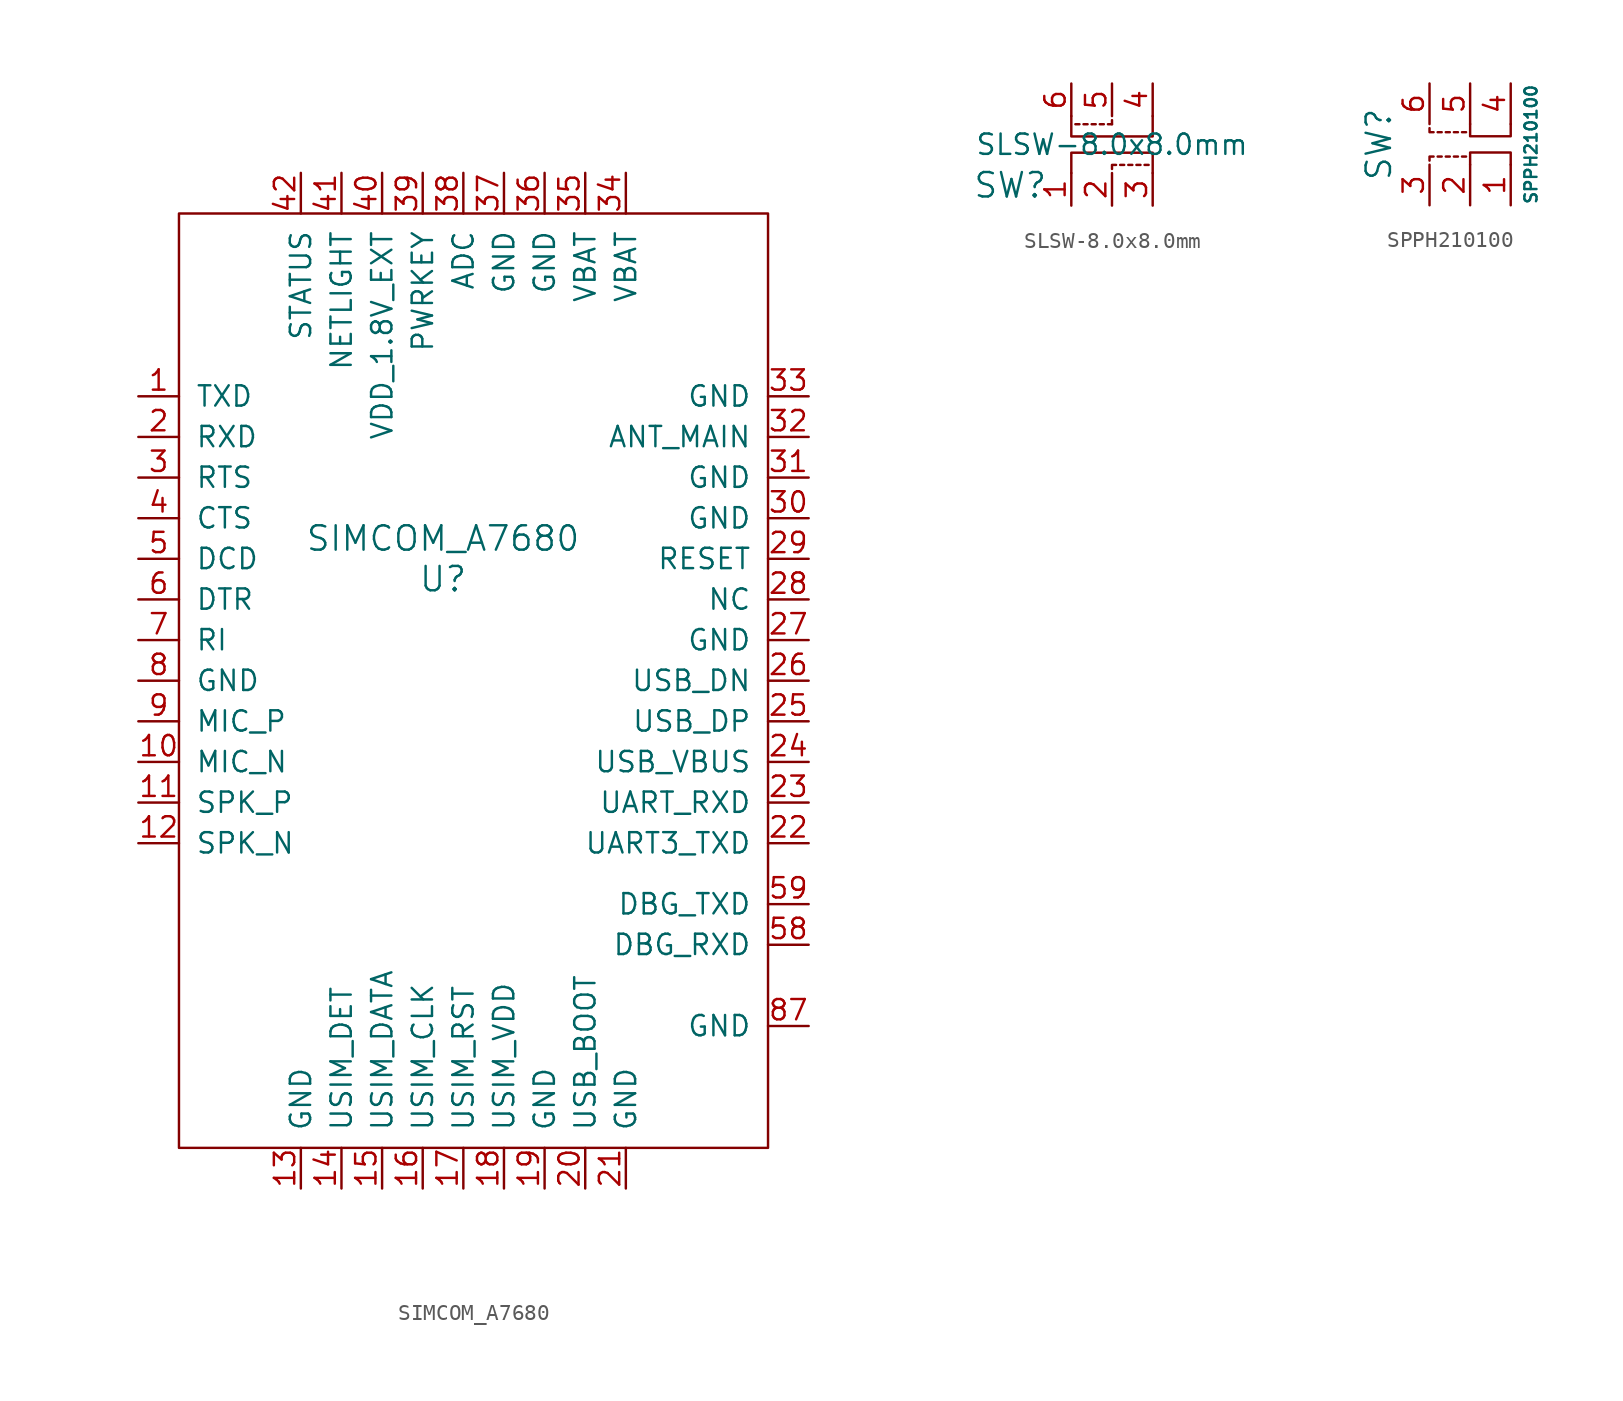
<source format=kicad_sym>
(kicad_symbol_lib
  (version 20220914)
  (generator kicad_symbol_editor)
  (symbol "SIMCOM_A7680"
    (pin_names
      (offset 1.016))
    (property "Reference" "U"
      (at 16.51 -22.86 0)
      (effects (font (size 1.524 1.524))))
    (property "Value" "SIMCOM_A7680"
      (at 16.51 -20.32 0)
      (effects (font (size 1.524 1.524))))
    (symbol "SIMCOM_A7680_0_1"
      (rectangle (start 0 0) (end 36.83 -58.42) (stroke (width 0) (type default)) (fill (type none))))
    (symbol "SIMCOM_A7680_1_1"
      (pin input line (at -2.54 -11.43 0) (length 2.54) (name "TXD" (effects (font (size 1.27 1.27)))) (number "1" (effects (font (size 1.27 1.27)))))
      (pin bidirectional line (at -2.54 -34.29 0) (length 2.54) (name "MIC_N" (effects (font (size 1.27 1.27)))) (number "10" (effects (font (size 1.27 1.27)))))
      (pin bidirectional line (at -2.54 -36.83 0) (length 2.54) (name "SPK_P" (effects (font (size 1.27 1.27)))) (number "11" (effects (font (size 1.27 1.27)))))
      (pin bidirectional line (at -2.54 -39.37 0) (length 2.54) (name "SPK_N" (effects (font (size 1.27 1.27)))) (number "12" (effects (font (size 1.27 1.27)))))
      (pin bidirectional line (at 7.62 -60.96 90) (length 2.54) (name "GND" (effects (font (size 1.27 1.27)))) (number "13" (effects (font (size 1.27 1.27)))))
      (pin bidirectional line (at 10.16 -60.96 90) (length 2.54) (name "USIM_DET" (effects (font (size 1.27 1.27)))) (number "14" (effects (font (size 1.27 1.27)))))
      (pin power_out line (at 12.7 -60.96 90) (length 2.54) (name "USIM_DATA" (effects (font (size 1.27 1.27)))) (number "15" (effects (font (size 1.27 1.27)))))
      (pin input line (at 15.24 -60.96 90) (length 2.54) (name "USIM_CLK" (effects (font (size 1.27 1.27)))) (number "16" (effects (font (size 1.27 1.27)))))
      (pin power_in line (at 17.78 -60.96 90) (length 2.54) (name "USIM_RST" (effects (font (size 1.27 1.27)))) (number "17" (effects (font (size 1.27 1.27)))))
      (pin power_in line (at 20.32 -60.96 90) (length 2.54) (name "USIM_VDD" (effects (font (size 1.27 1.27)))) (number "18" (effects (font (size 1.27 1.27)))))
      (pin bidirectional line (at 22.86 -60.96 90) (length 2.54) (name "GND" (effects (font (size 1.27 1.27)))) (number "19" (effects (font (size 1.27 1.27)))))
      (pin power_in line (at -2.54 -13.97 0) (length 2.54) (name "RXD" (effects (font (size 1.27 1.27)))) (number "2" (effects (font (size 1.27 1.27)))))
      (pin bidirectional line (at 25.4 -60.96 90) (length 2.54) (name "USB_BOOT" (effects (font (size 1.27 1.27)))) (number "20" (effects (font (size 1.27 1.27)))))
      (pin bidirectional line (at 27.94 -60.96 90) (length 2.54) (name "GND" (effects (font (size 1.27 1.27)))) (number "21" (effects (font (size 1.27 1.27)))))
      (pin bidirectional line (at 39.37 -39.37 180) (length 2.54) (name "UART3_TXD" (effects (font (size 1.27 1.27)))) (number "22" (effects (font (size 1.27 1.27)))))
      (pin bidirectional line (at 39.37 -36.83 180) (length 2.54) (name "UART_RXD" (effects (font (size 1.27 1.27)))) (number "23" (effects (font (size 1.27 1.27)))))
      (pin input line (at 39.37 -34.29 180) (length 2.54) (name "USB_VBUS" (effects (font (size 1.27 1.27)))) (number "24" (effects (font (size 1.27 1.27)))))
      (pin passive line (at 39.37 -31.75 180) (length 2.54) (name "USB_DP" (effects (font (size 1.27 1.27)))) (number "25" (effects (font (size 1.27 1.27)))))
      (pin bidirectional line (at 39.37 -29.21 180) (length 2.54) (name "USB_DN" (effects (font (size 1.27 1.27)))) (number "26" (effects (font (size 1.27 1.27)))))
      (pin bidirectional line (at 39.37 -26.67 180) (length 2.54) (name "GND" (effects (font (size 1.27 1.27)))) (number "27" (effects (font (size 1.27 1.27)))))
      (pin bidirectional line (at 39.37 -24.13 180) (length 2.54) (name "NC" (effects (font (size 1.27 1.27)))) (number "28" (effects (font (size 1.27 1.27)))))
      (pin power_in line (at 39.37 -21.59 180) (length 2.54) (name "RESET" (effects (font (size 1.27 1.27)))) (number "29" (effects (font (size 1.27 1.27)))))
      (pin bidirectional line (at -2.54 -16.51 0) (length 2.54) (name "RTS" (effects (font (size 1.27 1.27)))) (number "3" (effects (font (size 1.27 1.27)))))
      (pin power_out line (at 39.37 -19.05 180) (length 2.54) (name "GND" (effects (font (size 1.27 1.27)))) (number "30" (effects (font (size 1.27 1.27)))))
      (pin bidirectional line (at 39.37 -16.51 180) (length 2.54) (name "GND" (effects (font (size 1.27 1.27)))) (number "31" (effects (font (size 1.27 1.27)))))
      (pin bidirectional line (at 39.37 -13.97 180) (length 2.54) (name "ANT_MAIN" (effects (font (size 1.27 1.27)))) (number "32" (effects (font (size 1.27 1.27)))))
      (pin bidirectional line (at 39.37 -11.43 180) (length 2.54) (name "GND" (effects (font (size 1.27 1.27)))) (number "33" (effects (font (size 1.27 1.27)))))
      (pin bidirectional line (at 27.94 2.54 270) (length 2.54) (name "VBAT" (effects (font (size 1.27 1.27)))) (number "34" (effects (font (size 1.27 1.27)))))
      (pin bidirectional line (at 25.4 2.54 270) (length 2.54) (name "VBAT" (effects (font (size 1.27 1.27)))) (number "35" (effects (font (size 1.27 1.27)))))
      (pin bidirectional line (at 22.86 2.54 270) (length 2.54) (name "GND" (effects (font (size 1.27 1.27)))) (number "36" (effects (font (size 1.27 1.27)))))
      (pin bidirectional line (at 20.32 2.54 270) (length 2.54) (name "GND" (effects (font (size 1.27 1.27)))) (number "37" (effects (font (size 1.27 1.27)))))
      (pin bidirectional line (at 17.78 2.54 270) (length 2.54) (name "ADC" (effects (font (size 1.27 1.27)))) (number "38" (effects (font (size 1.27 1.27)))))
      (pin power_in line (at 15.24 2.54 270) (length 2.54) (name "PWRKEY" (effects (font (size 1.27 1.27)))) (number "39" (effects (font (size 1.27 1.27)))))
      (pin bidirectional line (at -2.54 -19.05 0) (length 2.54) (name "CTS" (effects (font (size 1.27 1.27)))) (number "4" (effects (font (size 1.27 1.27)))))
      (pin passive line (at 12.7 2.54 270) (length 2.54) (name "VDD_1.8V_EXT" (effects (font (size 1.27 1.27)))) (number "40" (effects (font (size 1.27 1.27)))))
      (pin passive line (at 10.16 2.54 270) (length 2.54) (name "NETLIGHT" (effects (font (size 1.27 1.27)))) (number "41" (effects (font (size 1.27 1.27)))))
      (pin passive line (at 7.62 2.54 270) (length 2.54) (name "STATUS" (effects (font (size 1.27 1.27)))) (number "42" (effects (font (size 1.27 1.27)))))
      (pin bidirectional line (at -2.54 -21.59 0) (length 2.54) (name "DCD" (effects (font (size 1.27 1.27)))) (number "5" (effects (font (size 1.27 1.27)))))
      (pin input line (at 39.37 -45.72 180) (length 2.54) (name "DBG_RXD" (effects (font (size 1.27 1.27)))) (number "58" (effects (font (size 1.27 1.27)))))
      (pin output line (at 39.37 -43.18 180) (length 2.54) (name "DBG_TXD" (effects (font (size 1.27 1.27)))) (number "59" (effects (font (size 1.27 1.27)))))
      (pin input line (at -2.54 -24.13 0) (length 2.54) (name "DTR" (effects (font (size 1.27 1.27)))) (number "6" (effects (font (size 1.27 1.27)))))
      (pin bidirectional line (at -2.54 -26.67 0) (length 2.54) (name "RI" (effects (font (size 1.27 1.27)))) (number "7" (effects (font (size 1.27 1.27)))))
      (pin bidirectional line (at -2.54 -29.21 0) (length 2.54) (name "GND" (effects (font (size 1.27 1.27)))) (number "8" (effects (font (size 1.27 1.27)))))
      (pin passive line (at 39.37 -50.8 180) (length 2.54) (name "GND" (effects (font (size 1.27 1.27)))) (number "87" (effects (font (size 1.27 1.27)))))
      (pin bidirectional line (at -2.54 -31.75 0) (length 2.54) (name "MIC_P" (effects (font (size 1.27 1.27)))) (number "9" (effects (font (size 1.27 1.27)))))))
  (symbol "SLSW-8.0x8.0mm"
    (pin_names
      (offset 1.016))
    (property "Reference" "SW"
      (at -6.35 -2.54 0)
      (effects (font (size 1.524 1.524))))
    (property "Value" "SLSW-8.0x8.0mm"
      (at 0 0 0)
      (effects (font (size 1.27 1.27))))
    (property "Footprint" ""
      (at 0 0 0)
      (effects (font (size 2.54 2.54))))
    (property "Datasheet" ""
      (at 0 0 0)
      (effects (font (size 2.54 2.54))))
    (symbol "SLSW-8.0x8.0mm_0_1"
      (polyline (pts (xy -2.032 1.27) (xy -2.286 1.27)) (stroke (width 0) (type default)) (fill (type none)))
      (polyline (pts (xy -1.524 1.27) (xy -1.778 1.27)) (stroke (width 0) (type default)) (fill (type none)))
      (polyline (pts (xy -1.016 1.27) (xy -1.27 1.27)) (stroke (width 0) (type default)) (fill (type none)))
      (polyline (pts (xy -0.508 1.27) (xy -0.762 1.27)) (stroke (width 0) (type default)) (fill (type none)))
      (polyline (pts (xy 0 1.27) (xy -0.254 1.27)) (stroke (width 0) (type default)) (fill (type none)))
      (polyline (pts (xy 0 1.524) (xy 0 1.27)) (stroke (width 0) (type default)) (fill (type none)))
      (polyline (pts (xy 0.508 -1.27) (xy 0.762 -1.27)) (stroke (width 0) (type default)) (fill (type none)))
      (polyline (pts (xy 1.016 -1.27) (xy 1.27 -1.27)) (stroke (width 0) (type default)) (fill (type none)))
      (polyline (pts (xy 1.524 -1.27) (xy 1.778 -1.27)) (stroke (width 0) (type default)) (fill (type none)))
      (polyline (pts (xy 2.032 -1.27) (xy 2.286 -1.27)) (stroke (width 0) (type default)) (fill (type none)))
      (polyline (pts (xy 0 -1.524) (xy 0 -1.27) (xy 0.254 -1.27)) (stroke (width 0) (type default)) (fill (type none)))
      (polyline (pts (xy -2.54 1.778) (xy -2.54 0.508) (xy 2.54 0.508) (xy 2.54 1.778)) (stroke (width 0) (type default)) (fill (type none)))
      (polyline (pts (xy 2.54 -1.778) (xy 2.54 -0.508) (xy -2.54 -0.508) (xy -2.54 -1.778)) (stroke (width 0) (type default)) (fill (type none))))
    (symbol "SLSW-8.0x8.0mm_1_1"
      (pin input line (at -2.54 -3.81 90) (length 2.032) (name "~" (effects (font (size 1.27 1.27)))) (number "1" (effects (font (size 1.27 1.27)))))
      (pin input line (at 0 -3.81 90) (length 2.032) (name "~" (effects (font (size 1.27 1.27)))) (number "2" (effects (font (size 1.27 1.27)))))
      (pin input line (at 2.54 -3.81 90) (length 2.032) (name "~" (effects (font (size 1.27 1.27)))) (number "3" (effects (font (size 1.27 1.27)))))
      (pin input line (at 2.54 3.81 270) (length 2.032) (name "~" (effects (font (size 1.27 1.27)))) (number "4" (effects (font (size 1.27 1.27)))))
      (pin passive line (at 0 3.81 270) (length 2.032) (name "~" (effects (font (size 1.27 1.27)))) (number "5" (effects (font (size 1.27 1.27)))))
      (pin input line (at -2.54 3.81 270) (length 2.032) (name "~" (effects (font (size 1.27 1.27)))) (number "6" (effects (font (size 1.27 1.27)))))))
  (symbol "SPPH210100"
    (pin_names
      (offset 1.016))
    (property "Reference" "SW"
      (at -5.715 0 90)
      (effects (font (size 1.524 1.524))))
    (property "Value" "SPPH210100"
      (at 3.81 0 90)
      (effects (font (size 0.762 0.762))))
    (symbol "SPPH210100_0_1"
      (polyline (pts (xy -2.032 0.762) (xy -1.778 0.762)) (stroke (width 0) (type default)) (fill (type none)))
      (polyline (pts (xy -1.778 -0.762) (xy -2.032 -0.762)) (stroke (width 0) (type default)) (fill (type none)))
      (polyline (pts (xy -1.524 0.762) (xy -1.27 0.762)) (stroke (width 0) (type default)) (fill (type none)))
      (polyline (pts (xy -1.27 -0.762) (xy -1.524 -0.762)) (stroke (width 0) (type default)) (fill (type none)))
      (polyline (pts (xy -1.016 0.762) (xy -0.762 0.762)) (stroke (width 0) (type default)) (fill (type none)))
      (polyline (pts (xy -0.762 -0.762) (xy -1.016 -0.762)) (stroke (width 0) (type default)) (fill (type none)))
      (polyline (pts (xy -0.508 0.762) (xy -0.254 0.762)) (stroke (width 0) (type default)) (fill (type none)))
      (polyline (pts (xy -0.254 -0.762) (xy -0.508 -0.762)) (stroke (width 0) (type default)) (fill (type none)))
      (polyline (pts (xy -2.54 1.016) (xy -2.54 0.762) (xy -2.286 0.762)) (stroke (width 0) (type default)) (fill (type none)))
      (polyline (pts (xy -2.286 -0.762) (xy -2.54 -0.762) (xy -2.54 -1.016)) (stroke (width 0) (type default)) (fill (type none)))
      (polyline (pts (xy 0 1.27) (xy 0 0.508) (xy 2.54 0.508) (xy 2.54 1.27)) (stroke (width 0) (type default)) (fill (type none)))
      (polyline (pts (xy 2.54 -1.27) (xy 2.54 -0.508) (xy 0 -0.508) (xy 0 -1.27)) (stroke (width 0) (type default)) (fill (type none))))
    (symbol "SPPH210100_1_1"
      (pin input line (at 2.54 -3.81 90) (length 2.54) (name "~" (effects (font (size 1.27 1.27)))) (number "1" (effects (font (size 1.27 1.27)))))
      (pin input line (at 0 -3.81 90) (length 2.54) (name "~" (effects (font (size 1.27 1.27)))) (number "2" (effects (font (size 1.27 1.27)))))
      (pin input line (at -2.54 -3.81 90) (length 2.54) (name "~" (effects (font (size 1.27 1.27)))) (number "3" (effects (font (size 1.27 1.27)))))
      (pin input line (at 2.54 3.81 270) (length 2.54) (name "~" (effects (font (size 1.27 1.27)))) (number "4" (effects (font (size 1.27 1.27)))))
      (pin input line (at 0 3.81 270) (length 2.54) (name "~" (effects (font (size 1.27 1.27)))) (number "5" (effects (font (size 1.27 1.27)))))
      (pin input line (at -2.54 3.81 270) (length 2.54) (name "~" (effects (font (size 1.27 1.27)))) (number "6" (effects (font (size 1.27 1.27))))))))
</source>
